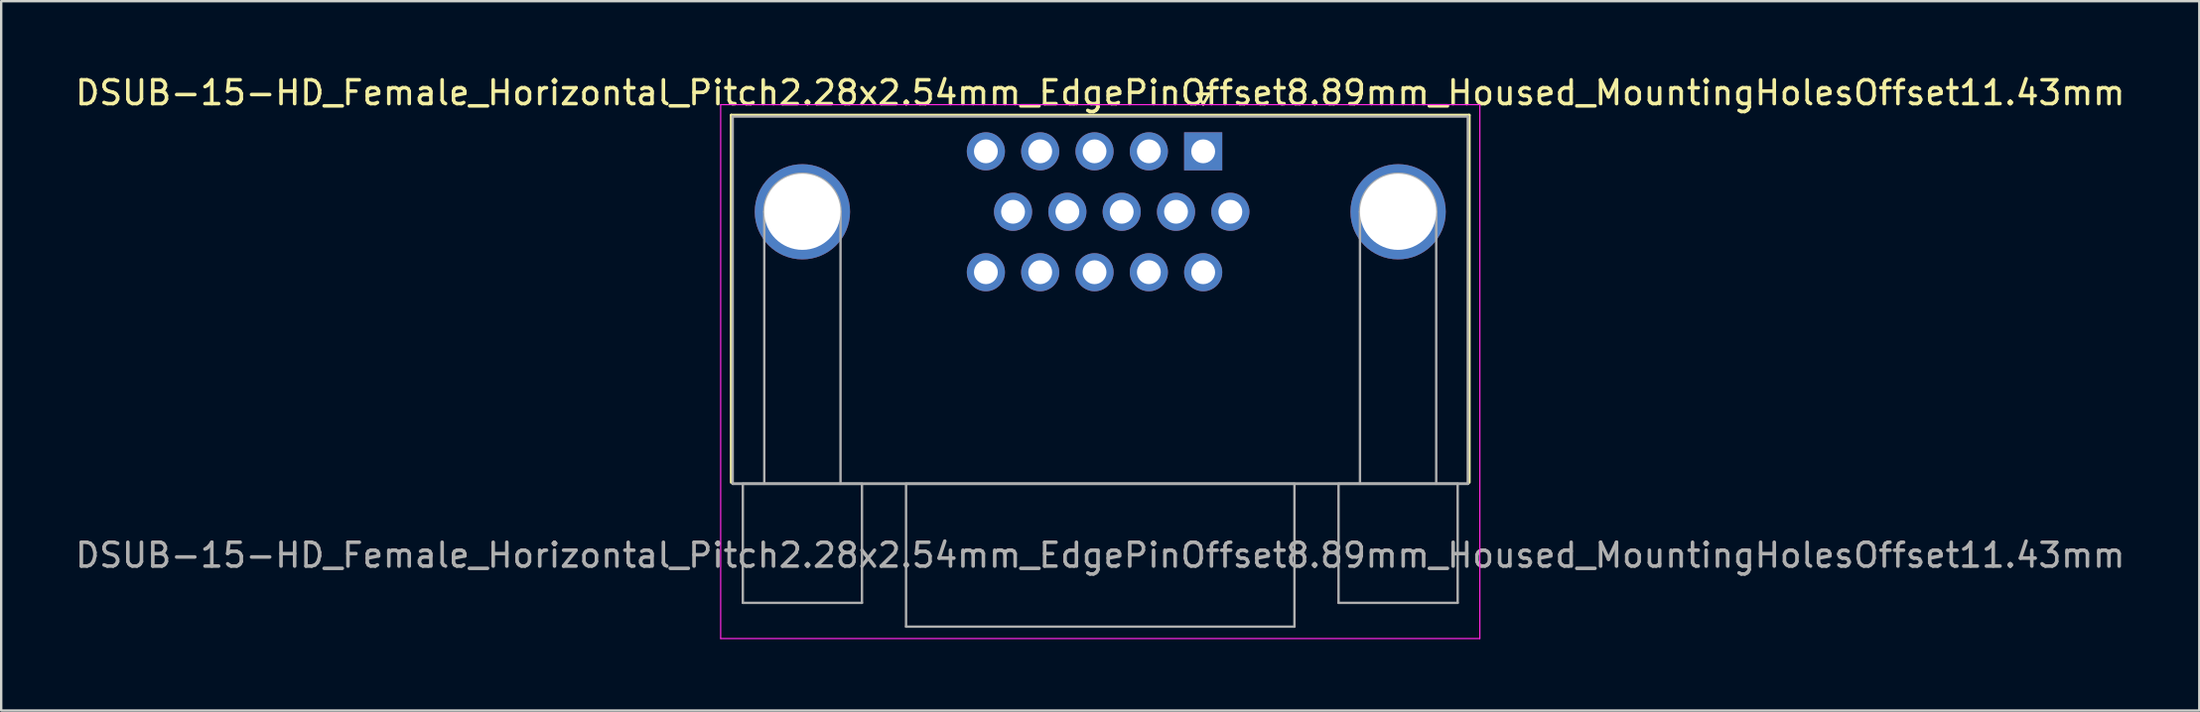
<source format=kicad_pcb>
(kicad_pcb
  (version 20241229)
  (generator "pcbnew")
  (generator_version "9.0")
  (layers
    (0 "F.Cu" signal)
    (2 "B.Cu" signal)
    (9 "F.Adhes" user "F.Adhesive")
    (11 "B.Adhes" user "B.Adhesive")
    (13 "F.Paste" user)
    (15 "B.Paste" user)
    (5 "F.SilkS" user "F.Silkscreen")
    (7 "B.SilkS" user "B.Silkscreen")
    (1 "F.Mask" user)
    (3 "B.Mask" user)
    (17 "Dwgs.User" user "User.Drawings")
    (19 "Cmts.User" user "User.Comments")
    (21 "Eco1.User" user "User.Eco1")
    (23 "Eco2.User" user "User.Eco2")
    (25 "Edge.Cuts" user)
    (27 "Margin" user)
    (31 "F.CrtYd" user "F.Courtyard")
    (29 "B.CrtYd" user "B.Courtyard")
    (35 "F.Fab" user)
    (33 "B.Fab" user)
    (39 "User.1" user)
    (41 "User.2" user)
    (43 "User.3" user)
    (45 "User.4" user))
  (footprint "DSUB-15-HD_Female_Horizontal_Pitch2.28x2.54mm_EdgePinOffset8.89mm_Housed_MountingHolesOffset11.43mm"
    (layer "F.Cu")
    (at 47.445 3.308)
    (property "Reference" "DSUB-15-HD_Female_Horizontal_Pitch2.28x2.54mm_EdgePinOffset8.89mm_Housed_MountingHolesOffset11.43mm" (at -4.32 -2.46 0) (layer "F.SilkS") (effects (font (size 1 1) (thickness 0.15))))
    (attr through_hole)
    (fp_line (start -19.805 -1.52) (end 11.165 -1.52) (stroke (width 0.12) (type solid)) (layer "F.SilkS"))
    (fp_line (start -19.805 13.91) (end -19.805 -1.52) (stroke (width 0.12) (type solid)) (layer "F.SilkS"))
    (fp_line (start -0.25 -2.414) (end 0.25 -2.414) (stroke (width 0.12) (type solid)) (layer "F.SilkS"))
    (fp_line (start 0 -1.981) (end -0.25 -2.414) (stroke (width 0.12) (type solid)) (layer "F.SilkS"))
    (fp_line (start 0.25 -2.414) (end 0 -1.981) (stroke (width 0.12) (type solid)) (layer "F.SilkS"))
    (fp_line (start 11.165 -1.52) (end 11.165 13.91) (stroke (width 0.12) (type solid)) (layer "F.SilkS"))
    (fp_line (start -20.25 -1.96) (end -20.25 20.47) (stroke (width 0.05) (type solid)) (layer "F.CrtYd"))
    (fp_line (start -20.25 20.47) (end 11.61 20.47) (stroke (width 0.05) (type solid)) (layer "F.CrtYd"))
    (fp_line (start 11.61 -1.96) (end -20.25 -1.96) (stroke (width 0.05) (type solid)) (layer "F.CrtYd"))
    (fp_line (start 11.61 20.47) (end 11.61 -1.96) (stroke (width 0.05) (type solid)) (layer "F.CrtYd"))
    (fp_line (start -19.745 -1.46) (end -19.745 13.97) (stroke (width 0.1) (type solid)) (layer "F.Fab"))
    (fp_line (start -19.745 13.97) (end -19.745 13.97) (stroke (width 0.1) (type solid)) (layer "F.Fab"))
    (fp_line (start -19.745 13.97) (end 11.105 13.97) (stroke (width 0.1) (type solid)) (layer "F.Fab"))
    (fp_line (start -19.745 13.97) (end 11.105 13.97) (stroke (width 0.1) (type solid)) (layer "F.Fab"))
    (fp_line (start -19.32 13.97) (end -19.32 18.97) (stroke (width 0.1) (type solid)) (layer "F.Fab"))
    (fp_line (start -19.32 18.97) (end -14.32 18.97) (stroke (width 0.1) (type solid)) (layer "F.Fab"))
    (fp_line (start -18.42 13.97) (end -18.42 2.54) (stroke (width 0.1) (type solid)) (layer "F.Fab"))
    (fp_line (start -15.22 13.97) (end -15.22 2.54) (stroke (width 0.1) (type solid)) (layer "F.Fab"))
    (fp_line (start -14.32 13.97) (end -19.32 13.97) (stroke (width 0.1) (type solid)) (layer "F.Fab"))
    (fp_line (start -14.32 18.97) (end -14.32 13.97) (stroke (width 0.1) (type solid)) (layer "F.Fab"))
    (fp_line (start -12.47 13.97) (end -12.47 19.97) (stroke (width 0.1) (type solid)) (layer "F.Fab"))
    (fp_line (start -12.47 19.97) (end 3.83 19.97) (stroke (width 0.1) (type solid)) (layer "F.Fab"))
    (fp_line (start 3.83 13.97) (end -12.47 13.97) (stroke (width 0.1) (type solid)) (layer "F.Fab"))
    (fp_line (start 3.83 19.97) (end 3.83 13.97) (stroke (width 0.1) (type solid)) (layer "F.Fab"))
    (fp_line (start 5.68 13.97) (end 5.68 18.97) (stroke (width 0.1) (type solid)) (layer "F.Fab"))
    (fp_line (start 5.68 18.97) (end 10.68 18.97) (stroke (width 0.1) (type solid)) (layer "F.Fab"))
    (fp_line (start 6.58 13.97) (end 6.58 2.54) (stroke (width 0.1) (type solid)) (layer "F.Fab"))
    (fp_line (start 9.78 13.97) (end 9.78 2.54) (stroke (width 0.1) (type solid)) (layer "F.Fab"))
    (fp_line (start 10.68 13.97) (end 5.68 13.97) (stroke (width 0.1) (type solid)) (layer "F.Fab"))
    (fp_line (start 10.68 18.97) (end 10.68 13.97) (stroke (width 0.1) (type solid)) (layer "F.Fab"))
    (fp_line (start 11.105 -1.46) (end -19.745 -1.46) (stroke (width 0.1) (type solid)) (layer "F.Fab"))
    (fp_line (start 11.105 13.97) (end -19.745 13.97) (stroke (width 0.1) (type solid)) (layer "F.Fab"))
    (fp_line (start 11.105 13.97) (end 11.105 -1.46) (stroke (width 0.1) (type solid)) (layer "F.Fab"))
    (fp_line (start 11.105 13.97) (end 11.105 13.97) (stroke (width 0.1) (type solid)) (layer "F.Fab"))
    (fp_arc (start -18.42 2.54) (mid -16.82 0.94) (end -15.22 2.54) (stroke (width 0.1) (type solid)) (layer "F.Fab"))
    (fp_arc (start 6.58 2.54) (mid 8.18 0.94) (end 9.78 2.54) (stroke (width 0.1) (type solid)) (layer "F.Fab"))
    (fp_text user "${REFERENCE}" (at -4.32 16.97 0) (layer "F.Fab") (effects (font (size 1 1) (thickness 0.15))))
    (pad "0" thru_hole circle (at -16.82 2.54) (size 4 4) (drill 3.2) (layers "*.Cu" "*.Mask"))
    (pad "0" thru_hole circle (at 8.18 2.54) (size 4 4) (drill 3.2) (layers "*.Cu" "*.Mask"))
    (pad "1" thru_hole rect (at 0 0) (size 1.6 1.6) (drill 1) (layers "*.Cu" "*.Mask"))
    (pad "2" thru_hole circle (at -2.28 0) (size 1.6 1.6) (drill 1) (layers "*.Cu" "*.Mask"))
    (pad "3" thru_hole circle (at -4.56 0) (size 1.6 1.6) (drill 1) (layers "*.Cu" "*.Mask"))
    (pad "4" thru_hole circle (at -6.84 0) (size 1.6 1.6) (drill 1) (layers "*.Cu" "*.Mask"))
    (pad "5" thru_hole circle (at -9.12 0) (size 1.6 1.6) (drill 1) (layers "*.Cu" "*.Mask"))
    (pad "6" thru_hole circle (at 1.14 2.54) (size 1.6 1.6) (drill 1) (layers "*.Cu" "*.Mask"))
    (pad "7" thru_hole circle (at -1.14 2.54) (size 1.6 1.6) (drill 1) (layers "*.Cu" "*.Mask"))
    (pad "8" thru_hole circle (at -3.42 2.54) (size 1.6 1.6) (drill 1) (layers "*.Cu" "*.Mask"))
    (pad "9" thru_hole circle (at -5.7 2.54) (size 1.6 1.6) (drill 1) (layers "*.Cu" "*.Mask"))
    (pad "10" thru_hole circle (at -7.98 2.54) (size 1.6 1.6) (drill 1) (layers "*.Cu" "*.Mask"))
    (pad "11" thru_hole circle (at 0 5.08) (size 1.6 1.6) (drill 1) (layers "*.Cu" "*.Mask"))
    (pad "12" thru_hole circle (at -2.28 5.08) (size 1.6 1.6) (drill 1) (layers "*.Cu" "*.Mask"))
    (pad "13" thru_hole circle (at -4.56 5.08) (size 1.6 1.6) (drill 1) (layers "*.Cu" "*.Mask"))
    (pad "14" thru_hole circle (at -6.84 5.08) (size 1.6 1.6) (drill 1) (layers "*.Cu" "*.Mask"))
    (pad "15" thru_hole circle (at -9.12 5.08) (size 1.6 1.6) (drill 1) (layers "*.Cu" "*.Mask")))
  (gr_rect
    (start -3 -3)
    (end 89.25 26.803)
    (stroke (width 0.1) (type default))
    (fill no)
    (layer "Edge.Cuts")))
</source>
